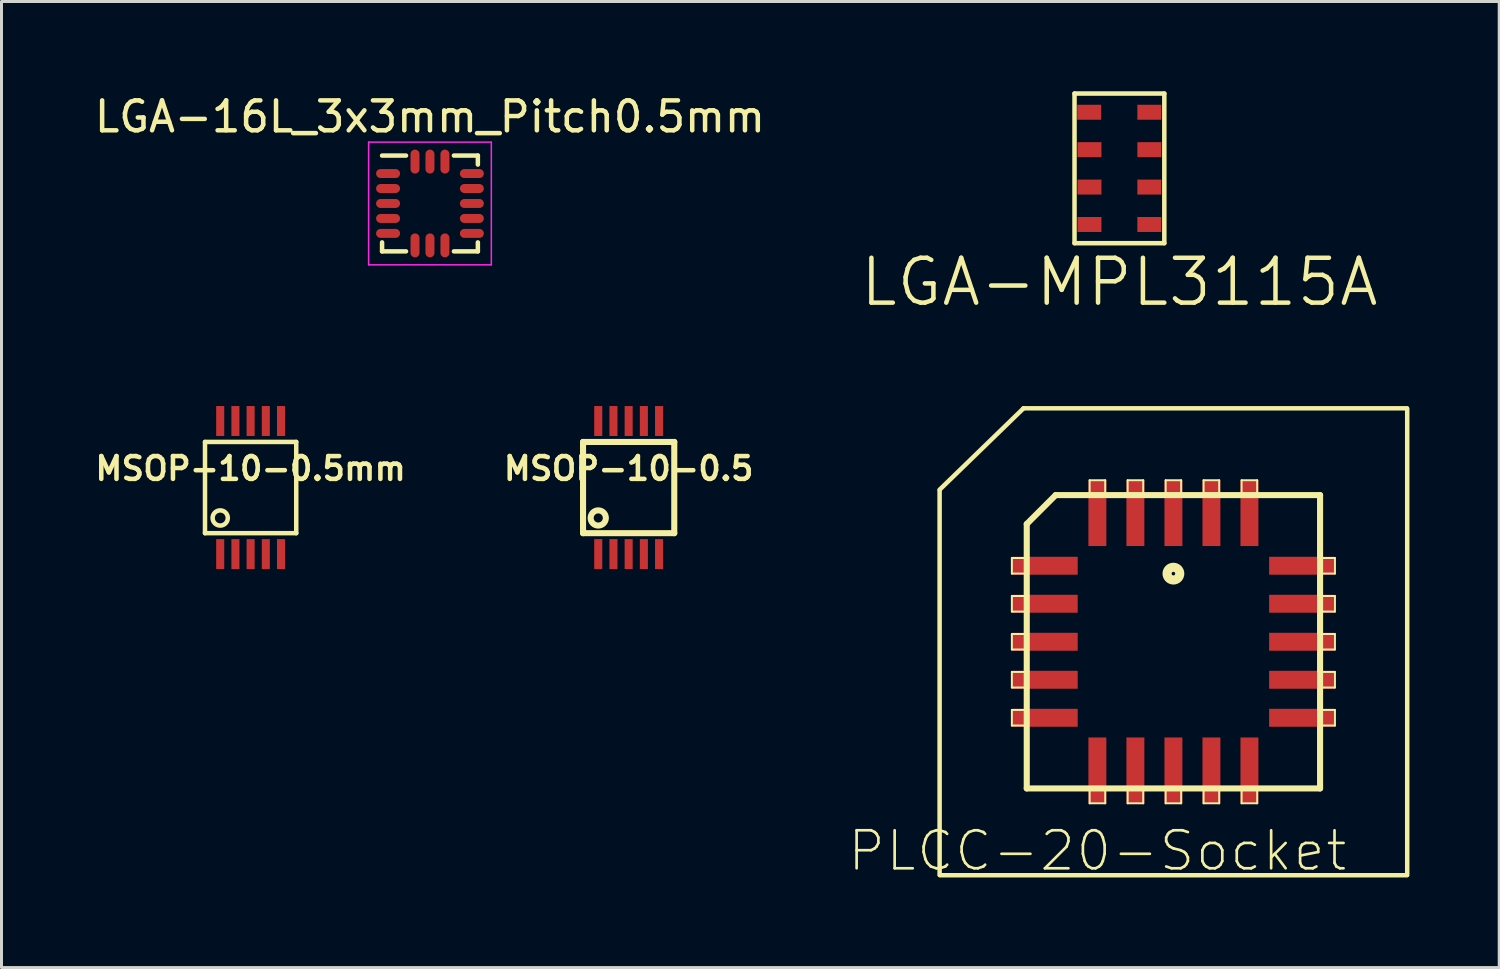
<source format=kicad_pcb>
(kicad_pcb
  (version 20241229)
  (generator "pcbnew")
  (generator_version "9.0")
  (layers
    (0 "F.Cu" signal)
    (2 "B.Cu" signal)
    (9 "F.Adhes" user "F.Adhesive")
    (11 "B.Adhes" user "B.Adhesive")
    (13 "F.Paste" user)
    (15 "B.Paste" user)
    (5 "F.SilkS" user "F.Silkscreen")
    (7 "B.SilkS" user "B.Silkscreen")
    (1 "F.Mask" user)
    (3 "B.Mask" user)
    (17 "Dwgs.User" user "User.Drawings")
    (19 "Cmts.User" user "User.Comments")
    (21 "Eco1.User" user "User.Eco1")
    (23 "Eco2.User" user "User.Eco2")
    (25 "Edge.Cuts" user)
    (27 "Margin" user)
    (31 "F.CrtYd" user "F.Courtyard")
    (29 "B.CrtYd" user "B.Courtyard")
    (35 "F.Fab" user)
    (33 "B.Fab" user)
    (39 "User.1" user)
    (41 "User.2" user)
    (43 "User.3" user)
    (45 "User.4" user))
  (footprint "MSOP-10-0.5"
    (layer "F.Cu")
    (at 17.953 13.239)
    (property "Reference" "MSOP-10-0.5" (at 0 -0.635 0) (layer "F.SilkS") (effects (font (size 0.762 0.762) (thickness 0.152))))
    (attr smd)
    (fp_line (start -1.524 -1.524) (end 1.524 -1.524) (stroke (width 0.203) (type solid)) (layer "F.SilkS"))
    (fp_line (start -1.524 1.524) (end -1.524 -1.524) (stroke (width 0.203) (type solid)) (layer "F.SilkS"))
    (fp_line (start 1.524 -1.524) (end 1.524 1.524) (stroke (width 0.203) (type solid)) (layer "F.SilkS"))
    (fp_line (start 1.524 1.524) (end -1.524 1.524) (stroke (width 0.203) (type solid)) (layer "F.SilkS"))
    (fp_circle (center -1.016 1.016) (end -1.016 0.762) (stroke (width 0.203) (type solid)) (fill no) (layer "F.SilkS"))
    (pad "1" smd rect (at -1.016 2.223) (size 0.269 1.001) (layers "F.Cu" "F.Mask" "F.Paste"))
    (pad "2" smd rect (at -0.508 2.223) (size 0.269 1.001) (layers "F.Cu" "F.Mask" "F.Paste"))
    (pad "3" smd rect (at 0 2.223) (size 0.269 1.001) (layers "F.Cu" "F.Mask" "F.Paste"))
    (pad "4" smd rect (at 0.508 2.223) (size 0.269 1.001) (layers "F.Cu" "F.Mask" "F.Paste"))
    (pad "5" smd rect (at 1.016 2.223) (size 0.269 1.001) (layers "F.Cu" "F.Mask" "F.Paste"))
    (pad "6" smd rect (at 1.016 -2.223) (size 0.269 1.001) (layers "F.Cu" "F.Mask" "F.Paste"))
    (pad "7" smd rect (at 0.508 -2.223) (size 0.269 1.001) (layers "F.Cu" "F.Mask" "F.Paste"))
    (pad "8" smd rect (at 0 -2.223) (size 0.269 1.001) (layers "F.Cu" "F.Mask" "F.Paste"))
    (pad "9" smd rect (at -0.508 -2.223) (size 0.269 1.001) (layers "F.Cu" "F.Mask" "F.Paste"))
    (pad "10" smd rect (at -1.016 -2.223) (size 0.269 1.001) (layers "F.Cu" "F.Mask" "F.Paste")))
  (footprint "LGA-16L_3x3mm_Pitch0.5mm"
    (layer "F.Cu")
    (at 11.315 3.748)
    (property "Reference" "LGA-16L_3x3mm_Pitch0.5mm" (at 0 -2.9 0) (layer "F.SilkS") (effects (font (size 1 1) (thickness 0.15))))
    (attr smd)
    (fp_line (start -1.6 -1.6) (end -0.8 -1.6) (stroke (width 0.15) (type solid)) (layer "F.SilkS"))
    (fp_line (start -1.6 1.6) (end -1.6 1.3) (stroke (width 0.15) (type solid)) (layer "F.SilkS"))
    (fp_line (start -0.8 1.6) (end -1.6 1.6) (stroke (width 0.15) (type solid)) (layer "F.SilkS"))
    (fp_line (start 0.8 -1.6) (end 1.6 -1.6) (stroke (width 0.15) (type solid)) (layer "F.SilkS"))
    (fp_line (start 1.6 -1.6) (end 1.6 -1.3) (stroke (width 0.15) (type solid)) (layer "F.SilkS"))
    (fp_line (start 1.6 1.3) (end 1.6 1.6) (stroke (width 0.15) (type solid)) (layer "F.SilkS"))
    (fp_line (start 1.6 1.6) (end 0.8 1.6) (stroke (width 0.15) (type solid)) (layer "F.SilkS"))
    (fp_line (start -2.05 -2.05) (end 2.05 -2.05) (stroke (width 0.05) (type solid)) (layer "F.CrtYd"))
    (fp_line (start -2.05 2.05) (end -2.05 -2.05) (stroke (width 0.05) (type solid)) (layer "F.CrtYd"))
    (fp_line (start 2.05 -2.05) (end 2.05 2.05) (stroke (width 0.05) (type solid)) (layer "F.CrtYd"))
    (fp_line (start 2.05 2.05) (end -2.05 2.05) (stroke (width 0.05) (type solid)) (layer "F.CrtYd"))
    (pad "1" smd oval (at -1.4 -1) (size 0.8 0.3) (layers "F.Cu" "F.Mask" "F.Paste"))
    (pad "2" smd oval (at -1.4 -0.5) (size 0.8 0.3) (layers "F.Cu" "F.Mask" "F.Paste"))
    (pad "3" smd oval (at -1.4 0) (size 0.8 0.3) (layers "F.Cu" "F.Mask" "F.Paste"))
    (pad "4" smd oval (at -1.4 0.5) (size 0.8 0.3) (layers "F.Cu" "F.Mask" "F.Paste"))
    (pad "5" smd oval (at -1.4 1) (size 0.8 0.3) (layers "F.Cu" "F.Mask" "F.Paste"))
    (pad "6" smd oval (at -0.5 1.4 90) (size 0.8 0.3) (layers "F.Cu" "F.Mask" "F.Paste"))
    (pad "7" smd oval (at 0 1.4 90) (size 0.8 0.3) (layers "F.Cu" "F.Mask" "F.Paste"))
    (pad "8" smd oval (at 0.5 1.4 90) (size 0.8 0.3) (layers "F.Cu" "F.Mask" "F.Paste"))
    (pad "9" smd oval (at 1.4 1) (size 0.8 0.3) (layers "F.Cu" "F.Mask" "F.Paste"))
    (pad "10" smd oval (at 1.4 0.5) (size 0.8 0.3) (layers "F.Cu" "F.Mask" "F.Paste"))
    (pad "11" smd oval (at 1.4 0) (size 0.8 0.3) (layers "F.Cu" "F.Mask" "F.Paste"))
    (pad "12" smd oval (at 1.4 -0.5) (size 0.8 0.3) (layers "F.Cu" "F.Mask" "F.Paste"))
    (pad "13" smd oval (at 1.4 -1) (size 0.8 0.3) (layers "F.Cu" "F.Mask" "F.Paste"))
    (pad "14" smd oval (at 0.5 -1.4 90) (size 0.8 0.3) (layers "F.Cu" "F.Mask" "F.Paste"))
    (pad "15" smd oval (at 0 -1.4 90) (size 0.8 0.3) (layers "F.Cu" "F.Mask" "F.Paste"))
    (pad "16" smd oval (at -0.5 -1.4 90) (size 0.8 0.3) (layers "F.Cu" "F.Mask" "F.Paste")))
  (footprint "PLCC-20-Socket"
    (layer "F.Cu")
    (at 36.153 18.391)
    (property "Reference" "PLCC-20-Socket" (at -2.54 6.985 0) (layer "F.SilkS") (effects (font (size 1.27 1.27) (thickness 0.089))))
    (attr smd)
    (fp_line (start -7.811 -5.08) (end -5.006 -7.801) (stroke (width 0.15) (type solid)) (layer "F.SilkS"))
    (fp_line (start -7.811 -5.05) (end -7.811 7.79) (stroke (width 0.15) (type solid)) (layer "F.SilkS"))
    (fp_line (start -7.8 7.8) (end 7.8 7.8) (stroke (width 0.15) (type solid)) (layer "F.SilkS"))
    (fp_line (start -5.397 -2.799) (end -4.948 -2.799) (stroke (width 0.066) (type solid)) (layer "F.SilkS"))
    (fp_line (start -5.397 -2.278) (end -5.397 -2.799) (stroke (width 0.066) (type solid)) (layer "F.SilkS"))
    (fp_line (start -5.397 -2.278) (end -4.948 -2.278) (stroke (width 0.066) (type solid)) (layer "F.SilkS"))
    (fp_line (start -5.397 -1.529) (end -4.948 -1.529) (stroke (width 0.066) (type solid)) (layer "F.SilkS"))
    (fp_line (start -5.397 -1.008) (end -5.397 -1.529) (stroke (width 0.066) (type solid)) (layer "F.SilkS"))
    (fp_line (start -5.397 -1.008) (end -4.948 -1.008) (stroke (width 0.066) (type solid)) (layer "F.SilkS"))
    (fp_line (start -5.397 -0.259) (end -4.948 -0.259) (stroke (width 0.066) (type solid)) (layer "F.SilkS"))
    (fp_line (start -5.397 0.259) (end -5.397 -0.259) (stroke (width 0.066) (type solid)) (layer "F.SilkS"))
    (fp_line (start -5.397 0.259) (end -4.948 0.259) (stroke (width 0.066) (type solid)) (layer "F.SilkS"))
    (fp_line (start -5.397 1.008) (end -4.948 1.008) (stroke (width 0.066) (type solid)) (layer "F.SilkS"))
    (fp_line (start -5.397 1.529) (end -5.397 1.008) (stroke (width 0.066) (type solid)) (layer "F.SilkS"))
    (fp_line (start -5.397 1.529) (end -4.948 1.529) (stroke (width 0.066) (type solid)) (layer "F.SilkS"))
    (fp_line (start -5.397 2.278) (end -4.948 2.278) (stroke (width 0.066) (type solid)) (layer "F.SilkS"))
    (fp_line (start -5.397 2.799) (end -5.397 2.278) (stroke (width 0.066) (type solid)) (layer "F.SilkS"))
    (fp_line (start -5.397 2.799) (end -4.948 2.799) (stroke (width 0.066) (type solid)) (layer "F.SilkS"))
    (fp_line (start -5.01 -7.8) (end 7.8 -7.8) (stroke (width 0.15) (type solid)) (layer "F.SilkS"))
    (fp_line (start -4.948 -2.278) (end -4.948 -2.799) (stroke (width 0.066) (type solid)) (layer "F.SilkS"))
    (fp_line (start -4.948 -1.008) (end -4.948 -1.529) (stroke (width 0.066) (type solid)) (layer "F.SilkS"))
    (fp_line (start -4.948 0.259) (end -4.948 -0.259) (stroke (width 0.066) (type solid)) (layer "F.SilkS"))
    (fp_line (start -4.948 1.529) (end -4.948 1.008) (stroke (width 0.066) (type solid)) (layer "F.SilkS"))
    (fp_line (start -4.948 2.799) (end -4.948 2.278) (stroke (width 0.066) (type solid)) (layer "F.SilkS"))
    (fp_line (start -4.9 -3.934) (end -4.9 4.9) (stroke (width 0.203) (type solid)) (layer "F.SilkS"))
    (fp_line (start -4.9 4.9) (end 4.9 4.9) (stroke (width 0.203) (type solid)) (layer "F.SilkS"))
    (fp_line (start -3.934 -4.9) (end -4.9 -3.934) (stroke (width 0.203) (type solid)) (layer "F.SilkS"))
    (fp_line (start -2.799 -5.397) (end -2.278 -5.397) (stroke (width 0.066) (type solid)) (layer "F.SilkS"))
    (fp_line (start -2.799 -4.948) (end -2.799 -5.397) (stroke (width 0.066) (type solid)) (layer "F.SilkS"))
    (fp_line (start -2.799 -4.948) (end -2.278 -4.948) (stroke (width 0.066) (type solid)) (layer "F.SilkS"))
    (fp_line (start -2.799 4.948) (end -2.278 4.948) (stroke (width 0.066) (type solid)) (layer "F.SilkS"))
    (fp_line (start -2.799 5.397) (end -2.799 4.948) (stroke (width 0.066) (type solid)) (layer "F.SilkS"))
    (fp_line (start -2.799 5.397) (end -2.278 5.397) (stroke (width 0.066) (type solid)) (layer "F.SilkS"))
    (fp_line (start -2.278 -4.948) (end -2.278 -5.397) (stroke (width 0.066) (type solid)) (layer "F.SilkS"))
    (fp_line (start -2.278 5.397) (end -2.278 4.948) (stroke (width 0.066) (type solid)) (layer "F.SilkS"))
    (fp_line (start -1.529 -5.397) (end -1.008 -5.397) (stroke (width 0.066) (type solid)) (layer "F.SilkS"))
    (fp_line (start -1.529 -4.948) (end -1.529 -5.397) (stroke (width 0.066) (type solid)) (layer "F.SilkS"))
    (fp_line (start -1.529 -4.948) (end -1.008 -4.948) (stroke (width 0.066) (type solid)) (layer "F.SilkS"))
    (fp_line (start -1.529 4.948) (end -1.008 4.948) (stroke (width 0.066) (type solid)) (layer "F.SilkS"))
    (fp_line (start -1.529 5.397) (end -1.529 4.948) (stroke (width 0.066) (type solid)) (layer "F.SilkS"))
    (fp_line (start -1.529 5.397) (end -1.008 5.397) (stroke (width 0.066) (type solid)) (layer "F.SilkS"))
    (fp_line (start -1.008 -4.948) (end -1.008 -5.397) (stroke (width 0.066) (type solid)) (layer "F.SilkS"))
    (fp_line (start -1.008 5.397) (end -1.008 4.948) (stroke (width 0.066) (type solid)) (layer "F.SilkS"))
    (fp_line (start -0.259 -5.397) (end 0.259 -5.397) (stroke (width 0.066) (type solid)) (layer "F.SilkS"))
    (fp_line (start -0.259 -4.948) (end -0.259 -5.397) (stroke (width 0.066) (type solid)) (layer "F.SilkS"))
    (fp_line (start -0.259 -4.948) (end 0.259 -4.948) (stroke (width 0.066) (type solid)) (layer "F.SilkS"))
    (fp_line (start -0.259 4.948) (end 0.259 4.948) (stroke (width 0.066) (type solid)) (layer "F.SilkS"))
    (fp_line (start -0.259 5.397) (end -0.259 4.948) (stroke (width 0.066) (type solid)) (layer "F.SilkS"))
    (fp_line (start -0.259 5.397) (end 0.259 5.397) (stroke (width 0.066) (type solid)) (layer "F.SilkS"))
    (fp_line (start 0.259 -4.948) (end 0.259 -5.397) (stroke (width 0.066) (type solid)) (layer "F.SilkS"))
    (fp_line (start 0.259 5.397) (end 0.259 4.948) (stroke (width 0.066) (type solid)) (layer "F.SilkS"))
    (fp_line (start 1.008 -5.397) (end 1.529 -5.397) (stroke (width 0.066) (type solid)) (layer "F.SilkS"))
    (fp_line (start 1.008 -4.948) (end 1.008 -5.397) (stroke (width 0.066) (type solid)) (layer "F.SilkS"))
    (fp_line (start 1.008 -4.948) (end 1.529 -4.948) (stroke (width 0.066) (type solid)) (layer "F.SilkS"))
    (fp_line (start 1.008 4.948) (end 1.529 4.948) (stroke (width 0.066) (type solid)) (layer "F.SilkS"))
    (fp_line (start 1.008 5.397) (end 1.008 4.948) (stroke (width 0.066) (type solid)) (layer "F.SilkS"))
    (fp_line (start 1.008 5.397) (end 1.529 5.397) (stroke (width 0.066) (type solid)) (layer "F.SilkS"))
    (fp_line (start 1.529 -4.948) (end 1.529 -5.397) (stroke (width 0.066) (type solid)) (layer "F.SilkS"))
    (fp_line (start 1.529 5.397) (end 1.529 4.948) (stroke (width 0.066) (type solid)) (layer "F.SilkS"))
    (fp_line (start 2.278 -5.397) (end 2.799 -5.397) (stroke (width 0.066) (type solid)) (layer "F.SilkS"))
    (fp_line (start 2.278 -4.948) (end 2.278 -5.397) (stroke (width 0.066) (type solid)) (layer "F.SilkS"))
    (fp_line (start 2.278 -4.948) (end 2.799 -4.948) (stroke (width 0.066) (type solid)) (layer "F.SilkS"))
    (fp_line (start 2.278 4.948) (end 2.799 4.948) (stroke (width 0.066) (type solid)) (layer "F.SilkS"))
    (fp_line (start 2.278 5.397) (end 2.278 4.948) (stroke (width 0.066) (type solid)) (layer "F.SilkS"))
    (fp_line (start 2.278 5.397) (end 2.799 5.397) (stroke (width 0.066) (type solid)) (layer "F.SilkS"))
    (fp_line (start 2.799 -4.948) (end 2.799 -5.397) (stroke (width 0.066) (type solid)) (layer "F.SilkS"))
    (fp_line (start 2.799 5.397) (end 2.799 4.948) (stroke (width 0.066) (type solid)) (layer "F.SilkS"))
    (fp_line (start 4.9 -4.9) (end -3.934 -4.9) (stroke (width 0.203) (type solid)) (layer "F.SilkS"))
    (fp_line (start 4.9 4.9) (end 4.9 -4.9) (stroke (width 0.203) (type solid)) (layer "F.SilkS"))
    (fp_line (start 4.948 -2.799) (end 5.397 -2.799) (stroke (width 0.066) (type solid)) (layer "F.SilkS"))
    (fp_line (start 4.948 -2.278) (end 4.948 -2.799) (stroke (width 0.066) (type solid)) (layer "F.SilkS"))
    (fp_line (start 4.948 -2.278) (end 5.397 -2.278) (stroke (width 0.066) (type solid)) (layer "F.SilkS"))
    (fp_line (start 4.948 -1.529) (end 5.397 -1.529) (stroke (width 0.066) (type solid)) (layer "F.SilkS"))
    (fp_line (start 4.948 -1.008) (end 4.948 -1.529) (stroke (width 0.066) (type solid)) (layer "F.SilkS"))
    (fp_line (start 4.948 -1.008) (end 5.397 -1.008) (stroke (width 0.066) (type solid)) (layer "F.SilkS"))
    (fp_line (start 4.948 -0.259) (end 5.397 -0.259) (stroke (width 0.066) (type solid)) (layer "F.SilkS"))
    (fp_line (start 4.948 0.259) (end 4.948 -0.259) (stroke (width 0.066) (type solid)) (layer "F.SilkS"))
    (fp_line (start 4.948 0.259) (end 5.397 0.259) (stroke (width 0.066) (type solid)) (layer "F.SilkS"))
    (fp_line (start 4.948 1.008) (end 5.397 1.008) (stroke (width 0.066) (type solid)) (layer "F.SilkS"))
    (fp_line (start 4.948 1.529) (end 4.948 1.008) (stroke (width 0.066) (type solid)) (layer "F.SilkS"))
    (fp_line (start 4.948 1.529) (end 5.397 1.529) (stroke (width 0.066) (type solid)) (layer "F.SilkS"))
    (fp_line (start 4.948 2.278) (end 5.397 2.278) (stroke (width 0.066) (type solid)) (layer "F.SilkS"))
    (fp_line (start 4.948 2.799) (end 4.948 2.278) (stroke (width 0.066) (type solid)) (layer "F.SilkS"))
    (fp_line (start 4.948 2.799) (end 5.397 2.799) (stroke (width 0.066) (type solid)) (layer "F.SilkS"))
    (fp_line (start 5.397 -2.278) (end 5.397 -2.799) (stroke (width 0.066) (type solid)) (layer "F.SilkS"))
    (fp_line (start 5.397 -1.008) (end 5.397 -1.529) (stroke (width 0.066) (type solid)) (layer "F.SilkS"))
    (fp_line (start 5.397 0.259) (end 5.397 -0.259) (stroke (width 0.066) (type solid)) (layer "F.SilkS"))
    (fp_line (start 5.397 1.529) (end 5.397 1.008) (stroke (width 0.066) (type solid)) (layer "F.SilkS"))
    (fp_line (start 5.397 2.799) (end 5.397 2.278) (stroke (width 0.066) (type solid)) (layer "F.SilkS"))
    (fp_line (start 7.811 -7.79) (end 7.811 7.79) (stroke (width 0.15) (type solid)) (layer "F.SilkS"))
    (fp_circle (center 0 -2.276) (end -0.15 -2.426) (stroke (width 0.305) (type solid)) (fill no) (layer "F.SilkS"))
    (pad "1" smd rect (at 0 -4.298) (size 0.599 2.2) (layers "F.Cu" "F.Mask" "F.Paste"))
    (pad "2" smd rect (at -1.27 -4.298) (size 0.599 2.2) (layers "F.Cu" "F.Mask" "F.Paste"))
    (pad "3" smd rect (at -2.54 -4.298) (size 0.599 2.2) (layers "F.Cu" "F.Mask" "F.Paste"))
    (pad "4" smd rect (at -4.298 -2.54) (size 2.2 0.599) (layers "F.Cu" "F.Mask" "F.Paste"))
    (pad "5" smd rect (at -4.298 -1.27) (size 2.2 0.599) (layers "F.Cu" "F.Mask" "F.Paste"))
    (pad "6" smd rect (at -4.298 0) (size 2.2 0.599) (layers "F.Cu" "F.Mask" "F.Paste"))
    (pad "7" smd rect (at -4.298 1.27) (size 2.2 0.599) (layers "F.Cu" "F.Mask" "F.Paste"))
    (pad "8" smd rect (at -4.298 2.54) (size 2.2 0.599) (layers "F.Cu" "F.Mask" "F.Paste"))
    (pad "9" smd rect (at -2.54 4.298) (size 0.599 2.2) (layers "F.Cu" "F.Mask" "F.Paste"))
    (pad "10" smd rect (at -1.27 4.298) (size 0.599 2.2) (layers "F.Cu" "F.Mask" "F.Paste"))
    (pad "11" smd rect (at 0 4.298) (size 0.599 2.2) (layers "F.Cu" "F.Mask" "F.Paste"))
    (pad "12" smd rect (at 1.27 4.298) (size 0.599 2.2) (layers "F.Cu" "F.Mask" "F.Paste"))
    (pad "13" smd rect (at 2.54 4.298) (size 0.599 2.2) (layers "F.Cu" "F.Mask" "F.Paste"))
    (pad "14" smd rect (at 4.298 2.54) (size 2.2 0.599) (layers "F.Cu" "F.Mask" "F.Paste"))
    (pad "15" smd rect (at 4.298 1.27) (size 2.2 0.599) (layers "F.Cu" "F.Mask" "F.Paste"))
    (pad "16" smd rect (at 4.298 0) (size 2.2 0.599) (layers "F.Cu" "F.Mask" "F.Paste"))
    (pad "17" smd rect (at 4.298 -1.27) (size 2.2 0.599) (layers "F.Cu" "F.Mask" "F.Paste"))
    (pad "18" smd rect (at 4.298 -2.54) (size 2.2 0.599) (layers "F.Cu" "F.Mask" "F.Paste"))
    (pad "19" smd rect (at 2.54 -4.298) (size 0.599 2.2) (layers "F.Cu" "F.Mask" "F.Paste"))
    (pad "20" smd rect (at 1.27 -4.298) (size 0.599 2.2) (layers "F.Cu" "F.Mask" "F.Paste")))
  (footprint "LGA-MPL3115A"
    (layer "F.Cu")
    (at 34.349 2.575)
    (property "Reference" "LGA-MPL3115A" (at 0 3.8 0) (layer "F.SilkS") (effects (font (size 1.5 1.5) (thickness 0.15))))
    (attr through_hole)
    (fp_line (start -1.5 -2.5) (end 1.5 -2.5) (stroke (width 0.15) (type solid)) (layer "F.SilkS"))
    (fp_line (start -1.5 2.5) (end -1.5 -2.5) (stroke (width 0.15) (type solid)) (layer "F.SilkS"))
    (fp_line (start 1.5 -2.5) (end 1.5 2.5) (stroke (width 0.15) (type solid)) (layer "F.SilkS"))
    (fp_line (start 1.5 2.5) (end -1.5 2.5) (stroke (width 0.15) (type solid)) (layer "F.SilkS"))
    (pad "1" smd rect (at -1.01 -1.875) (size 0.8 0.5) (layers "F.Cu" "F.Mask" "F.Paste"))
    (pad "2" smd rect (at -1 -0.625) (size 0.8 0.5) (layers "F.Cu" "F.Mask" "F.Paste"))
    (pad "3" smd rect (at -1 0.625) (size 0.8 0.5) (layers "F.Cu" "F.Mask" "F.Paste"))
    (pad "4" smd rect (at -1 1.875) (size 0.8 0.5) (layers "F.Cu" "F.Mask" "F.Paste"))
    (pad "5" smd rect (at 1 1.875) (size 0.8 0.5) (layers "F.Cu" "F.Mask" "F.Paste"))
    (pad "6" smd rect (at 1 0.625) (size 0.8 0.5) (layers "F.Cu" "F.Mask" "F.Paste"))
    (pad "7" smd rect (at 1 -0.625) (size 0.8 0.5) (layers "F.Cu" "F.Mask" "F.Paste"))
    (pad "8" smd rect (at 1 -1.875) (size 0.8 0.5) (layers "F.Cu" "F.Mask" "F.Paste")))
  (footprint "MSOP-10-0.5mm"
    (layer "F.Cu")
    (at 5.323 13.239)
    (property "Reference" "MSOP-10-0.5mm" (at 0 -0.635 0) (layer "F.SilkS") (effects (font (size 0.762 0.762) (thickness 0.152))))
    (attr smd)
    (fp_line (start -1.524 -1.524) (end 1.524 -1.524) (stroke (width 0.15) (type solid)) (layer "F.SilkS"))
    (fp_line (start -1.524 1.524) (end -1.524 -1.524) (stroke (width 0.15) (type solid)) (layer "F.SilkS"))
    (fp_line (start 1.524 -1.524) (end 1.524 1.524) (stroke (width 0.15) (type solid)) (layer "F.SilkS"))
    (fp_line (start 1.524 1.524) (end -1.524 1.524) (stroke (width 0.15) (type solid)) (layer "F.SilkS"))
    (fp_circle (center -1.016 1.016) (end -1.016 0.762) (stroke (width 0.15) (type solid)) (fill no) (layer "F.SilkS"))
    (pad "1" smd rect (at -1.016 2.223) (size 0.269 1.001) (layers "F.Cu" "F.Mask" "F.Paste"))
    (pad "2" smd rect (at -0.508 2.223) (size 0.269 1.001) (layers "F.Cu" "F.Mask" "F.Paste"))
    (pad "3" smd rect (at 0 2.223) (size 0.269 1.001) (layers "F.Cu" "F.Mask" "F.Paste"))
    (pad "4" smd rect (at 0.508 2.223) (size 0.269 1.001) (layers "F.Cu" "F.Mask" "F.Paste"))
    (pad "5" smd rect (at 1.016 2.223) (size 0.269 1.001) (layers "F.Cu" "F.Mask" "F.Paste"))
    (pad "6" smd rect (at 1.016 -2.223) (size 0.269 1.001) (layers "F.Cu" "F.Mask" "F.Paste"))
    (pad "7" smd rect (at 0.508 -2.223) (size 0.269 1.001) (layers "F.Cu" "F.Mask" "F.Paste"))
    (pad "8" smd rect (at 0 -2.223) (size 0.269 1.001) (layers "F.Cu" "F.Mask" "F.Paste"))
    (pad "9" smd rect (at -0.508 -2.223) (size 0.269 1.001) (layers "F.Cu" "F.Mask" "F.Paste"))
    (pad "10" smd rect (at -1.016 -2.223) (size 0.269 1.001) (layers "F.Cu" "F.Mask" "F.Paste")))
  (gr_rect
    (start -3 -3)
    (end 47.038 29.275)
    (stroke (width 0.1) (type default))
    (fill no)
    (layer "Edge.Cuts")))
</source>
